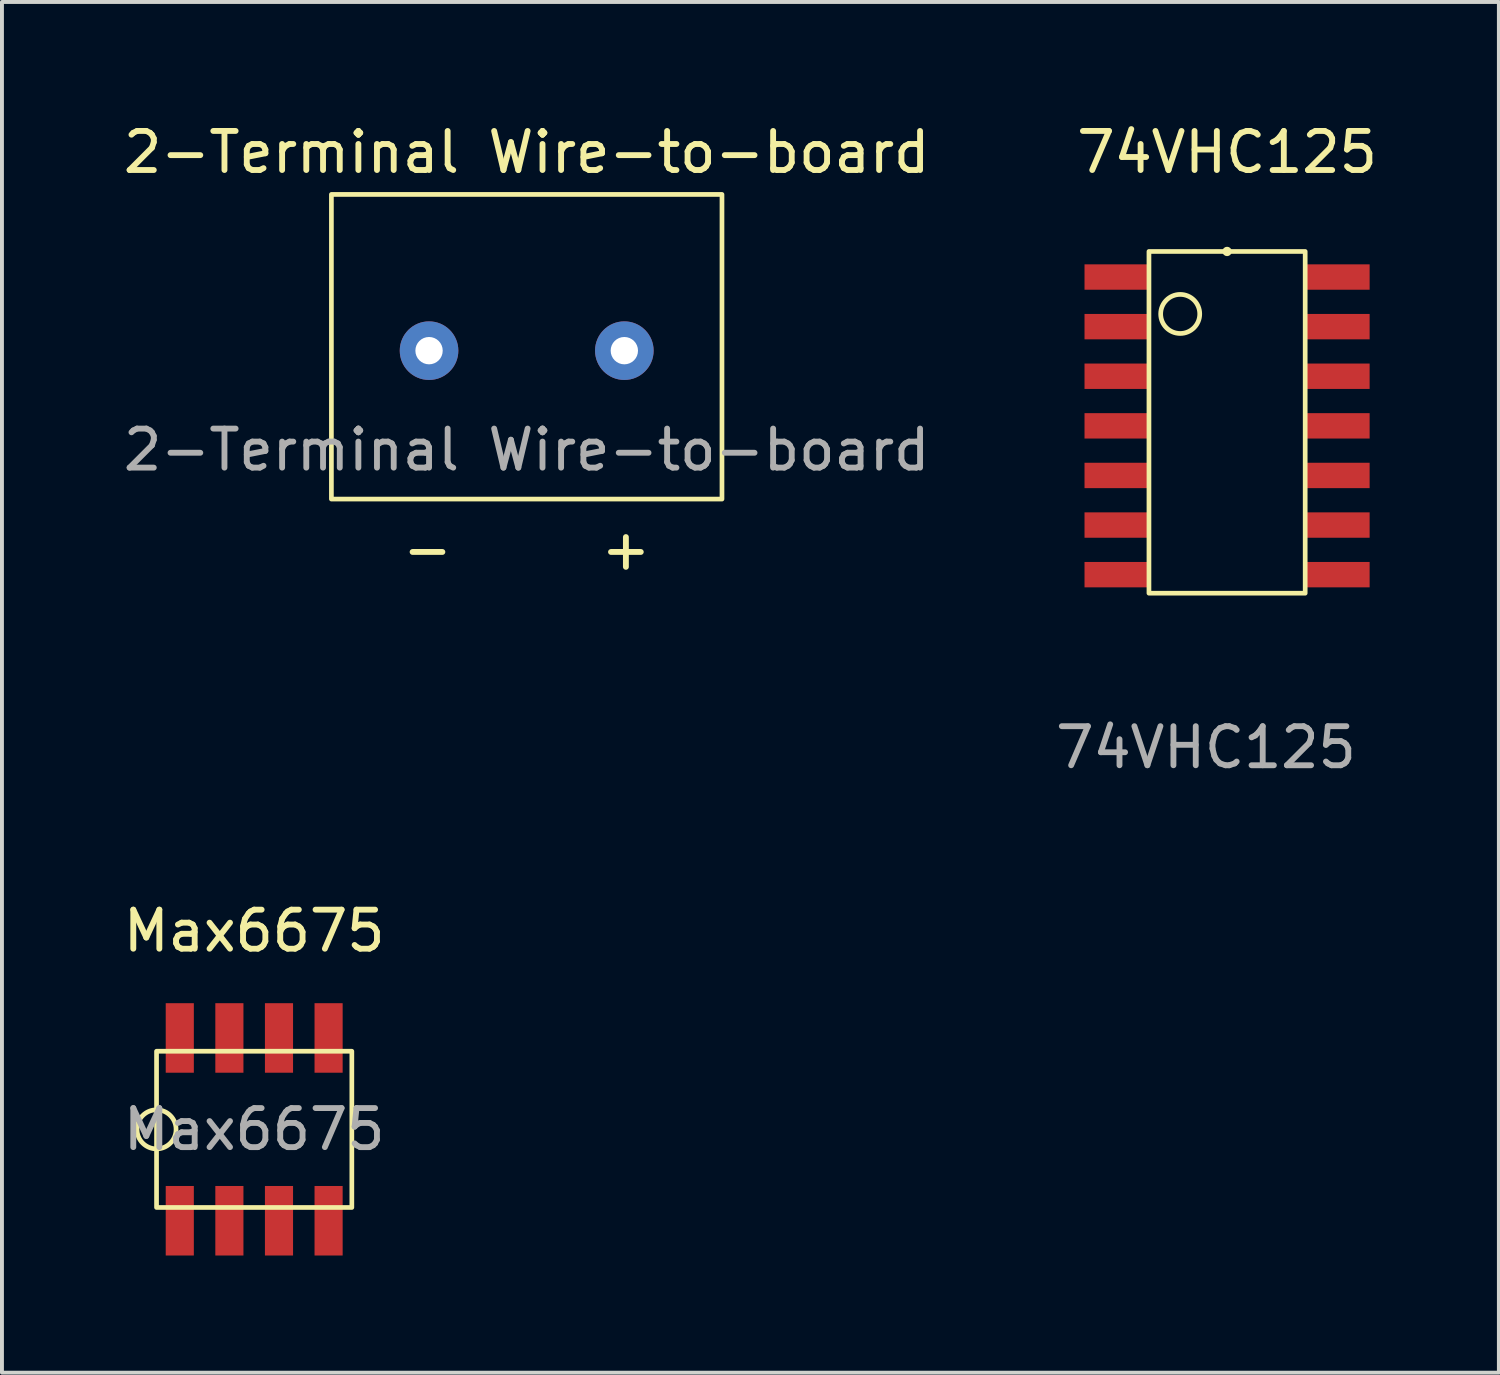
<source format=kicad_pcb>
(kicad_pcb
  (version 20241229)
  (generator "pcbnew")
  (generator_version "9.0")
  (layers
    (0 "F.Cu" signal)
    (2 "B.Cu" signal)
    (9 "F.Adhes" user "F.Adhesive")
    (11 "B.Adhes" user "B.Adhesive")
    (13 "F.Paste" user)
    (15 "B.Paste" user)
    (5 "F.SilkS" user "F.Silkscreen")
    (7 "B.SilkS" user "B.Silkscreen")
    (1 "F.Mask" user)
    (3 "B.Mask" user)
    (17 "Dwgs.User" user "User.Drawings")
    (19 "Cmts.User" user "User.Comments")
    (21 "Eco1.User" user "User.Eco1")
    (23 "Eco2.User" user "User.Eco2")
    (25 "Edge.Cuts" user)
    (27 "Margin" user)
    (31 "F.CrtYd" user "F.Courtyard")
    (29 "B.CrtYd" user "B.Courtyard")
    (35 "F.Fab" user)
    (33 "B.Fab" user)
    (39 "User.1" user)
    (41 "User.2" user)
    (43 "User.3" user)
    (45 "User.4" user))
  (footprint "74VHC125"
    (layer "F.Cu")
    (at 27.167 7.528)
    (property "Reference" "74VHC125" (at 1.2 -6.68 0) (unlocked yes) (layer "F.SilkS") (effects (font (size 1 1) (thickness 0.15))))
    (attr smd)
    (fp_rect (start 3.2 -4.14) (end -0.8 4.61) (stroke (width 0.12) (type solid)) (fill no) (layer "F.SilkS"))
    (fp_circle (center 0 -2.54) (end 0 -2.04) (stroke (width 0.12) (type solid)) (fill no) (layer "F.SilkS"))
    (fp_circle (center 1.2 -4.14) (end 1.2 -4.14) (stroke (width 0.12) (type solid)) (fill no) (layer "F.SilkS"))
    (fp_text user "${REFERENCE}" (at 0.66 8.56 0) (unlocked yes) (layer "F.Fab") (effects (font (size 1 1) (thickness 0.15))))
    (pad "1" smd rect (at -1.6 -3.485 90) (size 0.65 1.7) (layers "F.Cu" "F.Mask" "F.Paste"))
    (pad "2" smd rect (at -1.6 -2.215 90) (size 0.65 1.7) (layers "F.Cu" "F.Mask" "F.Paste"))
    (pad "3" smd rect (at -1.6 -0.945 90) (size 0.65 1.7) (layers "F.Cu" "F.Mask" "F.Paste"))
    (pad "4" smd rect (at -1.6 0.325 90) (size 0.65 1.7) (layers "F.Cu" "F.Mask" "F.Paste"))
    (pad "5" smd rect (at -1.6 1.595 90) (size 0.65 1.7) (layers "F.Cu" "F.Mask" "F.Paste"))
    (pad "6" smd rect (at -1.6 2.865 90) (size 0.65 1.7) (layers "F.Cu" "F.Mask" "F.Paste"))
    (pad "7" smd rect (at -1.6 4.135 90) (size 0.65 1.7) (layers "F.Cu" "F.Mask" "F.Paste"))
    (pad "8" smd rect (at 4 4.135 90) (size 0.65 1.7) (layers "F.Cu" "F.Mask" "F.Paste"))
    (pad "9" smd rect (at 4 2.865 90) (size 0.65 1.7) (layers "F.Cu" "F.Mask" "F.Paste"))
    (pad "10" smd rect (at 4 1.595 90) (size 0.65 1.7) (layers "F.Cu" "F.Mask" "F.Paste"))
    (pad "11" smd rect (at 4 0.325 90) (size 0.65 1.7) (layers "F.Cu" "F.Mask" "F.Paste"))
    (pad "12" smd rect (at 4 -0.945 90) (size 0.65 1.7) (layers "F.Cu" "F.Mask" "F.Paste"))
    (pad "13" smd rect (at 4 -2.215 90) (size 0.65 1.7) (layers "F.Cu" "F.Mask" "F.Paste"))
    (pad "14" smd rect (at 4 -3.485 90) (size 0.65 1.7) (layers "F.Cu" "F.Mask" "F.Paste")))
  (footprint "2-Terminal Wire-to-board"
    (layer "F.Cu")
    (at 10.435 5.928)
    (property "Reference" "2-Terminal Wire-to-board" (at 0 -5.08 0) (unlocked yes) (layer "F.SilkS") (effects (font (size 1 1) (thickness 0.15))))
    (attr through_hole)
    (fp_rect (start 5 3.8) (end -5 -4) (stroke (width 0.12) (type solid)) (fill no) (layer "F.SilkS"))
    (fp_text user "+" (at 2.54 5.08 0) (unlocked yes) (layer "F.SilkS") (effects (font (size 1 1) (thickness 0.15))))
    (fp_text user "-" (at -2.54 5.08 0) (unlocked yes) (layer "F.SilkS") (effects (font (size 1 1) (thickness 0.15))))
    (fp_text user "${REFERENCE}" (at 0 2.54 0) (unlocked yes) (layer "F.Fab") (effects (font (size 1 1) (thickness 0.15))))
    (pad "1" thru_hole circle (at -2.5 0) (size 1.5 1.5) (drill 0.7) (layers "*.Cu" "*.Mask"))
    (pad "2" thru_hole circle (at 2.5 0) (size 1.5 1.5) (drill 0.7) (layers "*.Cu" "*.Mask")))
  (footprint "Max6675"
    (layer "F.Cu")
    (at 3.458 25.865)
    (property "Reference" "Max6675" (at 0 -5.08 0) (unlocked yes) (layer "F.SilkS") (effects (font (size 1 1) (thickness 0.15))))
    (attr smd)
    (fp_rect (start -2.5 -2) (end 2.5 2) (stroke (width 0.12) (type solid)) (fill no) (layer "F.SilkS"))
    (fp_circle (center -2.5 0) (end -2 0) (stroke (width 0.12) (type solid)) (fill no) (layer "F.SilkS"))
    (fp_text user "${REFERENCE}" (at 0 0 0) (unlocked yes) (layer "F.Fab") (effects (font (size 1 1) (thickness 0.15))))
    (pad "1" smd rect (at -1.905 2.34 180) (size 0.72 1.78) (layers "F.Cu" "F.Mask" "F.Paste"))
    (pad "2" smd rect (at -0.635 2.34 180) (size 0.72 1.78) (layers "F.Cu" "F.Mask" "F.Paste"))
    (pad "3" smd rect (at 0.635 2.34 180) (size 0.72 1.78) (layers "F.Cu" "F.Mask" "F.Paste"))
    (pad "4" smd rect (at 1.905 2.34 180) (size 0.72 1.78) (layers "F.Cu" "F.Mask" "F.Paste"))
    (pad "5" smd rect (at 1.905 -2.34 180) (size 0.72 1.78) (layers "F.Cu" "F.Mask" "F.Paste"))
    (pad "6" smd rect (at 0.635 -2.34 180) (size 0.72 1.78) (layers "F.Cu" "F.Mask" "F.Paste"))
    (pad "7" smd rect (at -0.635 -2.34 180) (size 0.72 1.78) (layers "F.Cu" "F.Mask" "F.Paste"))
    (pad "8" smd rect (at -1.905 -2.34 180) (size 0.72 1.78) (layers "F.Cu" "F.Mask" "F.Paste")))
  (gr_rect
    (start -3 -3)
    (end 35.326 32.095)
    (stroke (width 0.1) (type default))
    (fill no)
    (layer "Edge.Cuts")))
</source>
